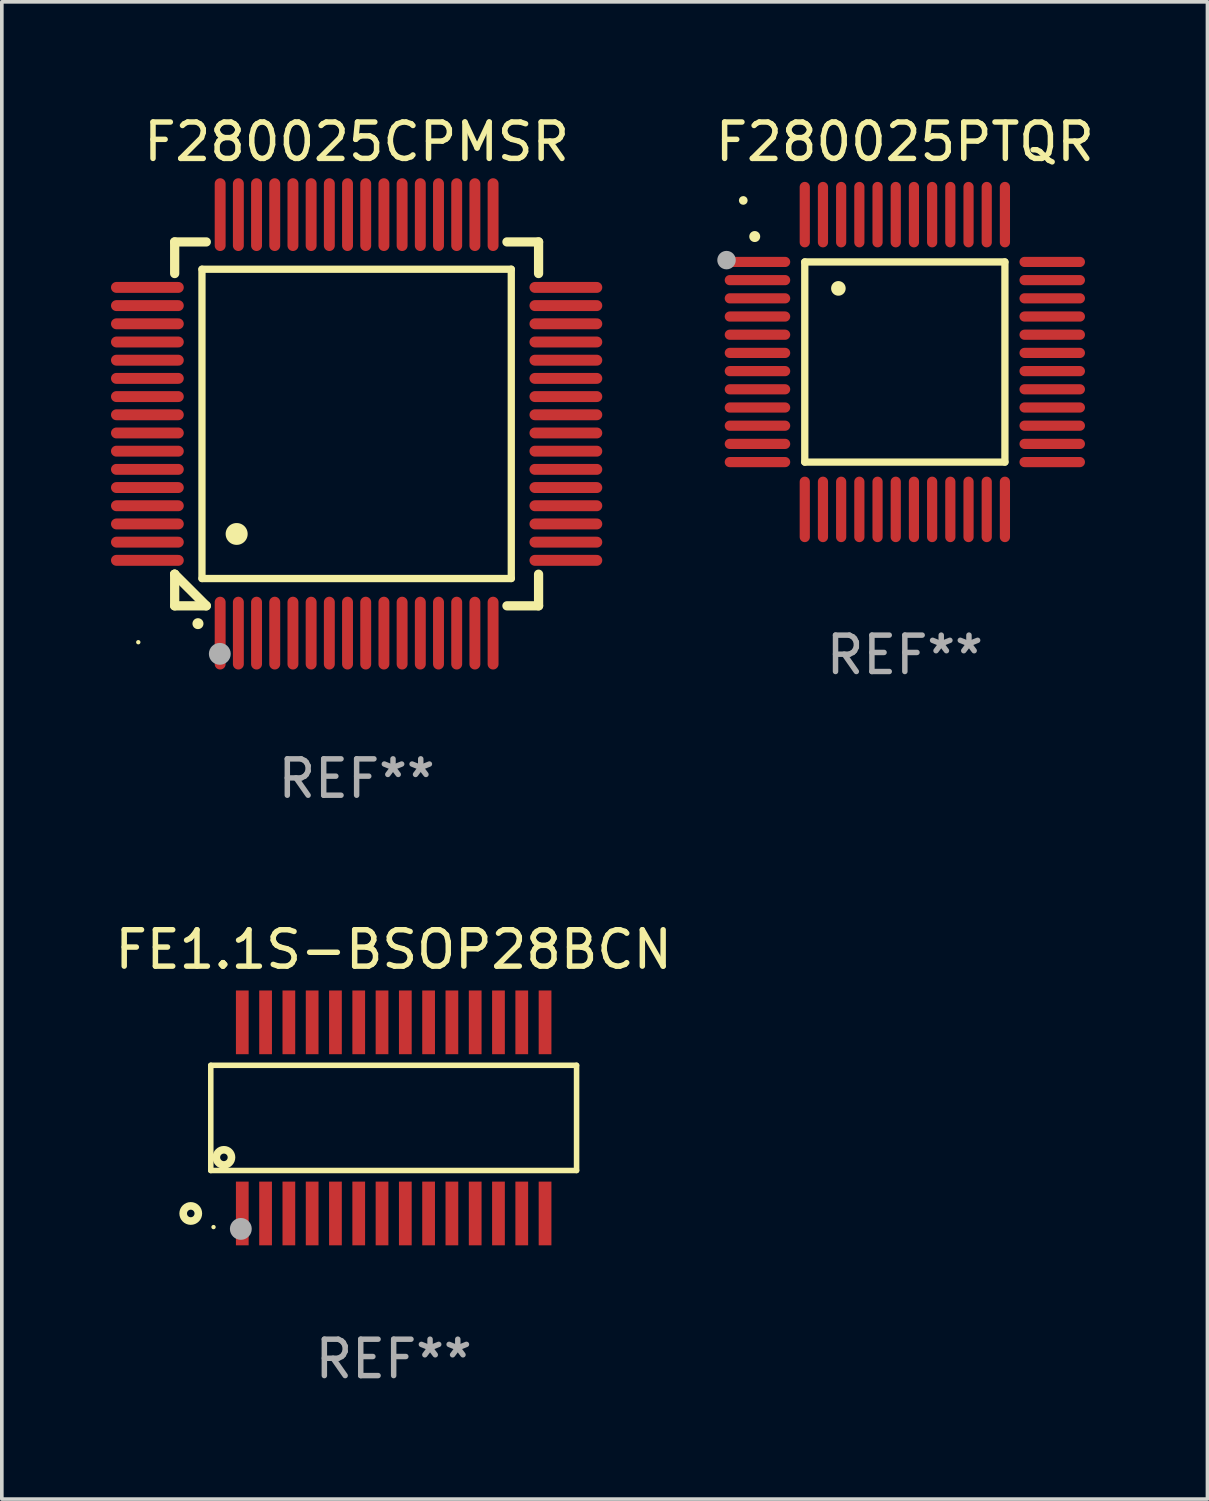
<source format=kicad_pcb>
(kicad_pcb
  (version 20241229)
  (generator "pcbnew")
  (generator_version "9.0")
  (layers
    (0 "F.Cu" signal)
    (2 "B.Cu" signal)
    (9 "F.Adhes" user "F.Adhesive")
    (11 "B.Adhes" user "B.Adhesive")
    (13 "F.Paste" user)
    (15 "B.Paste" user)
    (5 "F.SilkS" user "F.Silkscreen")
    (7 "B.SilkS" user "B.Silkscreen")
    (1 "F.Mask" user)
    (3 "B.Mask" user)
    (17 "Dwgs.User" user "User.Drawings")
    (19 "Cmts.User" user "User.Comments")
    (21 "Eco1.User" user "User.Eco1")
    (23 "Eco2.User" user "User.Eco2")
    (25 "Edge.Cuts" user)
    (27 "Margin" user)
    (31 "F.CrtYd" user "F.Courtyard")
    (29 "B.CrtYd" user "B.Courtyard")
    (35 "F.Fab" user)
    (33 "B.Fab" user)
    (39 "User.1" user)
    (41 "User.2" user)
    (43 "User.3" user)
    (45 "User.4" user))
  (footprint "F280025PTQR"
    (layer "F.Cu")
    (at 21.815 6.898)
    (property "Reference" "F280025PTQR" (at 0 -6.05 0) (layer "F.SilkS") (effects (font (size 1 1) (thickness 0.15))))
    (attr through_hole)
    (fp_line (start -2.75 -2.75) (end 2.75 -2.75) (stroke (width 0.2) (type solid)) (layer "F.SilkS"))
    (fp_line (start -2.75 2.75) (end -2.75 -2.75) (stroke (width 0.2) (type solid)) (layer "F.SilkS"))
    (fp_line (start 2.75 -2.75) (end 2.75 2.75) (stroke (width 0.2) (type solid)) (layer "F.SilkS"))
    (fp_line (start 2.75 2.75) (end -2.75 2.75) (stroke (width 0.2) (type solid)) (layer "F.SilkS"))
    (fp_arc (start -4.124968 -3.446787) (mid -4.124973 -3.448057) (end -4.124968 -3.449327) (stroke (width 0.3) (type solid)) (layer "F.SilkS"))
    (fp_arc (start -1.826264 -2.021844) (mid -1.826268 -2.023114) (end -1.826264 -2.024384) (stroke (width 0.4) (type solid)) (layer "F.SilkS"))
    (fp_circle (center -4.44 -4.44) (end -4.38 -4.44) (stroke (width 0.12) (type solid)) (fill no) (layer "F.SilkS"))
    (fp_circle (center -4.9 -2.8) (end -4.773 -2.8) (stroke (width 0.254) (type solid)) (fill no) (layer "F.Fab"))
    (fp_text user "REF**" (at 0 8.05 0) (layer "F.Fab") (effects (font (size 1 1) (thickness 0.15))))
    (pad "1" smd oval (at -4.05 -2.75 90) (size 0.28 1.8) (layers "F.Cu" "F.Mask" "F.Paste"))
    (pad "2" smd oval (at -4.05 -2.25 90) (size 0.28 1.8) (layers "F.Cu" "F.Mask" "F.Paste"))
    (pad "3" smd oval (at -4.05 -1.75 90) (size 0.28 1.8) (layers "F.Cu" "F.Mask" "F.Paste"))
    (pad "4" smd oval (at -4.05 -1.25 90) (size 0.28 1.8) (layers "F.Cu" "F.Mask" "F.Paste"))
    (pad "5" smd oval (at -4.05 -0.75 90) (size 0.28 1.8) (layers "F.Cu" "F.Mask" "F.Paste"))
    (pad "6" smd oval (at -4.05 -0.25 90) (size 0.28 1.8) (layers "F.Cu" "F.Mask" "F.Paste"))
    (pad "7" smd oval (at -4.05 0.25 90) (size 0.28 1.8) (layers "F.Cu" "F.Mask" "F.Paste"))
    (pad "8" smd oval (at -4.05 0.75 90) (size 0.28 1.8) (layers "F.Cu" "F.Mask" "F.Paste"))
    (pad "9" smd oval (at -4.05 1.25 90) (size 0.28 1.8) (layers "F.Cu" "F.Mask" "F.Paste"))
    (pad "10" smd oval (at -4.05 1.75 90) (size 0.28 1.8) (layers "F.Cu" "F.Mask" "F.Paste"))
    (pad "11" smd oval (at -4.05 2.25 90) (size 0.28 1.8) (layers "F.Cu" "F.Mask" "F.Paste"))
    (pad "12" smd oval (at -4.05 2.75 90) (size 0.28 1.8) (layers "F.Cu" "F.Mask" "F.Paste"))
    (pad "13" smd oval (at -2.75 4.05) (size 0.28 1.8) (layers "F.Cu" "F.Mask" "F.Paste"))
    (pad "14" smd oval (at -2.25 4.05) (size 0.28 1.8) (layers "F.Cu" "F.Mask" "F.Paste"))
    (pad "15" smd oval (at -1.75 4.05) (size 0.28 1.8) (layers "F.Cu" "F.Mask" "F.Paste"))
    (pad "16" smd oval (at -1.25 4.05) (size 0.28 1.8) (layers "F.Cu" "F.Mask" "F.Paste"))
    (pad "17" smd oval (at -0.75 4.05) (size 0.28 1.8) (layers "F.Cu" "F.Mask" "F.Paste"))
    (pad "18" smd oval (at -0.25 4.05) (size 0.28 1.8) (layers "F.Cu" "F.Mask" "F.Paste"))
    (pad "19" smd oval (at 0.25 4.05) (size 0.28 1.8) (layers "F.Cu" "F.Mask" "F.Paste"))
    (pad "20" smd oval (at 0.75 4.05) (size 0.28 1.8) (layers "F.Cu" "F.Mask" "F.Paste"))
    (pad "21" smd oval (at 1.25 4.05) (size 0.28 1.8) (layers "F.Cu" "F.Mask" "F.Paste"))
    (pad "22" smd oval (at 1.75 4.05) (size 0.28 1.8) (layers "F.Cu" "F.Mask" "F.Paste"))
    (pad "23" smd oval (at 2.25 4.05) (size 0.28 1.8) (layers "F.Cu" "F.Mask" "F.Paste"))
    (pad "24" smd oval (at 2.75 4.05) (size 0.28 1.8) (layers "F.Cu" "F.Mask" "F.Paste"))
    (pad "25" smd oval (at 4.05 2.75 90) (size 0.28 1.8) (layers "F.Cu" "F.Mask" "F.Paste"))
    (pad "26" smd oval (at 4.05 2.25 90) (size 0.28 1.8) (layers "F.Cu" "F.Mask" "F.Paste"))
    (pad "27" smd oval (at 4.05 1.75 90) (size 0.28 1.8) (layers "F.Cu" "F.Mask" "F.Paste"))
    (pad "28" smd oval (at 4.05 1.25 90) (size 0.28 1.8) (layers "F.Cu" "F.Mask" "F.Paste"))
    (pad "29" smd oval (at 4.05 0.75 90) (size 0.28 1.8) (layers "F.Cu" "F.Mask" "F.Paste"))
    (pad "30" smd oval (at 4.05 0.25 90) (size 0.28 1.8) (layers "F.Cu" "F.Mask" "F.Paste"))
    (pad "31" smd oval (at 4.05 -0.25 90) (size 0.28 1.8) (layers "F.Cu" "F.Mask" "F.Paste"))
    (pad "32" smd oval (at 4.05 -0.75 90) (size 0.28 1.8) (layers "F.Cu" "F.Mask" "F.Paste"))
    (pad "33" smd oval (at 4.05 -1.25 90) (size 0.28 1.8) (layers "F.Cu" "F.Mask" "F.Paste"))
    (pad "34" smd oval (at 4.05 -1.75 90) (size 0.28 1.8) (layers "F.Cu" "F.Mask" "F.Paste"))
    (pad "35" smd oval (at 4.05 -2.25 90) (size 0.28 1.8) (layers "F.Cu" "F.Mask" "F.Paste"))
    (pad "36" smd oval (at 4.05 -2.75 90) (size 0.28 1.8) (layers "F.Cu" "F.Mask" "F.Paste"))
    (pad "37" smd oval (at 2.75 -4.05) (size 0.28 1.8) (layers "F.Cu" "F.Mask" "F.Paste"))
    (pad "38" smd oval (at 2.25 -4.05) (size 0.28 1.8) (layers "F.Cu" "F.Mask" "F.Paste"))
    (pad "39" smd oval (at 1.75 -4.05) (size 0.28 1.8) (layers "F.Cu" "F.Mask" "F.Paste"))
    (pad "40" smd oval (at 1.25 -4.05) (size 0.28 1.8) (layers "F.Cu" "F.Mask" "F.Paste"))
    (pad "41" smd oval (at 0.75 -4.05) (size 0.28 1.8) (layers "F.Cu" "F.Mask" "F.Paste"))
    (pad "42" smd oval (at 0.25 -4.05) (size 0.28 1.8) (layers "F.Cu" "F.Mask" "F.Paste"))
    (pad "43" smd oval (at -0.25 -4.05) (size 0.28 1.8) (layers "F.Cu" "F.Mask" "F.Paste"))
    (pad "44" smd oval (at -0.75 -4.05) (size 0.28 1.8) (layers "F.Cu" "F.Mask" "F.Paste"))
    (pad "45" smd oval (at -1.25 -4.05) (size 0.28 1.8) (layers "F.Cu" "F.Mask" "F.Paste"))
    (pad "46" smd oval (at -1.75 -4.05) (size 0.28 1.8) (layers "F.Cu" "F.Mask" "F.Paste"))
    (pad "47" smd oval (at -2.25 -4.05) (size 0.28 1.8) (layers "F.Cu" "F.Mask" "F.Paste"))
    (pad "48" smd oval (at -2.75 -4.05) (size 0.28 1.8) (layers "F.Cu" "F.Mask" "F.Paste")))
  (footprint "FE1.1S-BSOP28BCN"
    (layer "F.Cu")
    (at 7.768 27.67)
    (property "Reference" "FE1.1S-BSOP28BCN" (at 0 -4.626 0) (layer "F.SilkS") (effects (font (size 1 1) (thickness 0.15))))
    (attr through_hole)
    (fp_line (start -5.026 -1.445) (end 5.026 -1.445) (stroke (width 0.152) (type solid)) (layer "F.SilkS"))
    (fp_line (start -5.026 1.445) (end -5.026 -1.445) (stroke (width 0.152) (type solid)) (layer "F.SilkS"))
    (fp_line (start 5.026 -1.445) (end 5.026 1.445) (stroke (width 0.152) (type solid)) (layer "F.SilkS"))
    (fp_line (start 5.026 1.445) (end -5.026 1.445) (stroke (width 0.152) (type solid)) (layer "F.SilkS"))
    (fp_circle (center -5.576 2.626) (end -5.472 2.626) (stroke (width 0.209) (type solid)) (fill no) (layer "F.SilkS"))
    (fp_circle (center -4.95 3) (end -4.92 3) (stroke (width 0.06) (type solid)) (fill no) (layer "F.SilkS"))
    (fp_circle (center -4.665 1.084) (end -4.561 1.084) (stroke (width 0.209) (type solid)) (fill no) (layer "F.SilkS"))
    (fp_circle (center -4.2 3.05) (end -4.05 3.05) (stroke (width 0.3) (type solid)) (fill no) (layer "F.Fab"))
    (fp_text user "REF**" (at 0 6.626 0) (layer "F.Fab") (effects (font (size 1 1) (thickness 0.15))))
    (pad "1" smd rect (at -4.16 2.626) (size 0.35 1.751) (layers "F.Cu" "F.Mask" "F.Paste"))
    (pad "2" smd rect (at -3.52 2.626) (size 0.35 1.751) (layers "F.Cu" "F.Mask" "F.Paste"))
    (pad "3" smd rect (at -2.88 2.626) (size 0.35 1.751) (layers "F.Cu" "F.Mask" "F.Paste"))
    (pad "4" smd rect (at -2.24 2.626) (size 0.35 1.751) (layers "F.Cu" "F.Mask" "F.Paste"))
    (pad "5" smd rect (at -1.6 2.626) (size 0.35 1.751) (layers "F.Cu" "F.Mask" "F.Paste"))
    (pad "6" smd rect (at -0.96 2.626) (size 0.35 1.751) (layers "F.Cu" "F.Mask" "F.Paste"))
    (pad "7" smd rect (at -0.32 2.626) (size 0.35 1.751) (layers "F.Cu" "F.Mask" "F.Paste"))
    (pad "8" smd rect (at 0.32 2.626) (size 0.35 1.751) (layers "F.Cu" "F.Mask" "F.Paste"))
    (pad "9" smd rect (at 0.96 2.626) (size 0.35 1.751) (layers "F.Cu" "F.Mask" "F.Paste"))
    (pad "10" smd rect (at 1.6 2.626) (size 0.35 1.751) (layers "F.Cu" "F.Mask" "F.Paste"))
    (pad "11" smd rect (at 2.24 2.626) (size 0.35 1.751) (layers "F.Cu" "F.Mask" "F.Paste"))
    (pad "12" smd rect (at 2.88 2.626) (size 0.35 1.751) (layers "F.Cu" "F.Mask" "F.Paste"))
    (pad "13" smd rect (at 3.52 2.626) (size 0.35 1.751) (layers "F.Cu" "F.Mask" "F.Paste"))
    (pad "14" smd rect (at 4.16 2.626) (size 0.35 1.751) (layers "F.Cu" "F.Mask" "F.Paste"))
    (pad "15" smd rect (at 4.16 -2.626) (size 0.35 1.751) (layers "F.Cu" "F.Mask" "F.Paste"))
    (pad "16" smd rect (at 3.52 -2.626) (size 0.35 1.751) (layers "F.Cu" "F.Mask" "F.Paste"))
    (pad "17" smd rect (at 2.88 -2.626) (size 0.35 1.751) (layers "F.Cu" "F.Mask" "F.Paste"))
    (pad "18" smd rect (at 2.24 -2.626) (size 0.35 1.751) (layers "F.Cu" "F.Mask" "F.Paste"))
    (pad "19" smd rect (at 1.6 -2.626) (size 0.35 1.751) (layers "F.Cu" "F.Mask" "F.Paste"))
    (pad "20" smd rect (at 0.96 -2.626) (size 0.35 1.751) (layers "F.Cu" "F.Mask" "F.Paste"))
    (pad "21" smd rect (at 0.32 -2.626) (size 0.35 1.751) (layers "F.Cu" "F.Mask" "F.Paste"))
    (pad "22" smd rect (at -0.32 -2.626) (size 0.35 1.751) (layers "F.Cu" "F.Mask" "F.Paste"))
    (pad "23" smd rect (at -0.96 -2.626) (size 0.35 1.751) (layers "F.Cu" "F.Mask" "F.Paste"))
    (pad "24" smd rect (at -1.6 -2.626) (size 0.35 1.751) (layers "F.Cu" "F.Mask" "F.Paste"))
    (pad "25" smd rect (at -2.24 -2.626) (size 0.35 1.751) (layers "F.Cu" "F.Mask" "F.Paste"))
    (pad "26" smd rect (at -2.88 -2.626) (size 0.35 1.751) (layers "F.Cu" "F.Mask" "F.Paste"))
    (pad "27" smd rect (at -3.52 -2.626) (size 0.35 1.751) (layers "F.Cu" "F.Mask" "F.Paste"))
    (pad "28" smd rect (at -4.16 -2.626) (size 0.35 1.751) (layers "F.Cu" "F.Mask" "F.Paste")))
  (footprint "F280025CPMSR"
    (layer "F.Cu")
    (at 6.75 8.598)
    (property "Reference" "F280025CPMSR" (at 0 -7.75 0) (layer "F.SilkS") (effects (font (size 1 1) (thickness 0.15))))
    (attr through_hole)
    (fp_line (start -5 -5) (end -4.131 -5) (stroke (width 0.254) (type solid)) (layer "F.SilkS"))
    (fp_line (start -5 -4.131) (end -5 -5) (stroke (width 0.254) (type solid)) (layer "F.SilkS"))
    (fp_line (start -5 4.131) (end -5 4.131) (stroke (width 0.254) (type solid)) (layer "F.SilkS"))
    (fp_line (start -5 5) (end -5 4.131) (stroke (width 0.254) (type solid)) (layer "F.SilkS"))
    (fp_line (start -5 4.131) (end -4.131 5) (stroke (width 0.254) (type solid)) (layer "F.SilkS"))
    (fp_line (start -4.25 -4.25) (end -4.25 4.25) (stroke (width 0.2) (type solid)) (layer "F.SilkS"))
    (fp_line (start -4.25 4.25) (end 4.25 4.25) (stroke (width 0.2) (type solid)) (layer "F.SilkS"))
    (fp_line (start -4.131 5) (end -5 5) (stroke (width 0.254) (type solid)) (layer "F.SilkS"))
    (fp_line (start 4.25 -4.25) (end -4.25 -4.25) (stroke (width 0.2) (type solid)) (layer "F.SilkS"))
    (fp_line (start 4.25 4.25) (end 4.25 -4.25) (stroke (width 0.2) (type solid)) (layer "F.SilkS"))
    (fp_line (start 5 -5) (end 4.131 -5) (stroke (width 0.254) (type solid)) (layer "F.SilkS"))
    (fp_line (start 5 -5) (end 5 -4.131) (stroke (width 0.254) (type solid)) (layer "F.SilkS"))
    (fp_line (start 5 4.131) (end 5 5) (stroke (width 0.254) (type solid)) (layer "F.SilkS"))
    (fp_line (start 5 5) (end 4.131 5) (stroke (width 0.254) (type solid)) (layer "F.SilkS"))
    (fp_arc (start -4.361265 5.489992) (mid -4.359995 5.489987) (end -4.358725 5.489992) (stroke (width 0.3) (type solid)) (layer "F.SilkS"))
    (fp_arc (start -3.299467 3.025146) (mid -3.296927 3.025135) (end -3.294387 3.025146) (stroke (width 0.6) (type solid)) (layer "F.SilkS"))
    (fp_circle (center -6 6) (end -5.97 6) (stroke (width 0.06) (type solid)) (fill no) (layer "F.SilkS"))
    (fp_circle (center -3.76 6.32) (end -3.61 6.32) (stroke (width 0.3) (type solid)) (fill no) (layer "F.Fab"))
    (fp_text user "REF**" (at 0 9.75 0) (layer "F.Fab") (effects (font (size 1 1) (thickness 0.15))))
    (pad "1" smd oval (at -3.75 5.75) (size 0.3 2) (layers "F.Cu" "F.Mask" "F.Paste"))
    (pad "2" smd oval (at -3.25 5.75) (size 0.3 2) (layers "F.Cu" "F.Mask" "F.Paste"))
    (pad "3" smd oval (at -2.75 5.75) (size 0.3 2) (layers "F.Cu" "F.Mask" "F.Paste"))
    (pad "4" smd oval (at -2.25 5.75) (size 0.3 2) (layers "F.Cu" "F.Mask" "F.Paste"))
    (pad "5" smd oval (at -1.75 5.75) (size 0.3 2) (layers "F.Cu" "F.Mask" "F.Paste"))
    (pad "6" smd oval (at -1.25 5.75) (size 0.3 2) (layers "F.Cu" "F.Mask" "F.Paste"))
    (pad "7" smd oval (at -0.75 5.75) (size 0.3 2) (layers "F.Cu" "F.Mask" "F.Paste"))
    (pad "8" smd oval (at -0.25 5.75) (size 0.3 2) (layers "F.Cu" "F.Mask" "F.Paste"))
    (pad "9" smd oval (at 0.25 5.75) (size 0.3 2) (layers "F.Cu" "F.Mask" "F.Paste"))
    (pad "10" smd oval (at 0.75 5.75) (size 0.3 2) (layers "F.Cu" "F.Mask" "F.Paste"))
    (pad "11" smd oval (at 1.25 5.75) (size 0.3 2) (layers "F.Cu" "F.Mask" "F.Paste"))
    (pad "12" smd oval (at 1.75 5.75) (size 0.3 2) (layers "F.Cu" "F.Mask" "F.Paste"))
    (pad "13" smd oval (at 2.25 5.75) (size 0.3 2) (layers "F.Cu" "F.Mask" "F.Paste"))
    (pad "14" smd oval (at 2.75 5.75) (size 0.3 2) (layers "F.Cu" "F.Mask" "F.Paste"))
    (pad "15" smd oval (at 3.25 5.75) (size 0.3 2) (layers "F.Cu" "F.Mask" "F.Paste"))
    (pad "16" smd oval (at 3.75 5.75) (size 0.3 2) (layers "F.Cu" "F.Mask" "F.Paste"))
    (pad "17" smd oval (at 5.75 3.75) (size 2 0.3) (layers "F.Cu" "F.Mask" "F.Paste"))
    (pad "18" smd oval (at 5.75 3.25) (size 2 0.3) (layers "F.Cu" "F.Mask" "F.Paste"))
    (pad "19" smd oval (at 5.75 2.75) (size 2 0.3) (layers "F.Cu" "F.Mask" "F.Paste"))
    (pad "20" smd oval (at 5.75 2.25) (size 2 0.3) (layers "F.Cu" "F.Mask" "F.Paste"))
    (pad "21" smd oval (at 5.75 1.75) (size 2 0.3) (layers "F.Cu" "F.Mask" "F.Paste"))
    (pad "22" smd oval (at 5.75 1.25) (size 2 0.3) (layers "F.Cu" "F.Mask" "F.Paste"))
    (pad "23" smd oval (at 5.75 0.75) (size 2 0.3) (layers "F.Cu" "F.Mask" "F.Paste"))
    (pad "24" smd oval (at 5.75 0.25) (size 2 0.3) (layers "F.Cu" "F.Mask" "F.Paste"))
    (pad "25" smd oval (at 5.75 -0.25) (size 2 0.3) (layers "F.Cu" "F.Mask" "F.Paste"))
    (pad "26" smd oval (at 5.75 -0.75) (size 2 0.3) (layers "F.Cu" "F.Mask" "F.Paste"))
    (pad "27" smd oval (at 5.75 -1.25) (size 2 0.3) (layers "F.Cu" "F.Mask" "F.Paste"))
    (pad "28" smd oval (at 5.75 -1.75) (size 2 0.3) (layers "F.Cu" "F.Mask" "F.Paste"))
    (pad "29" smd oval (at 5.75 -2.25) (size 2 0.3) (layers "F.Cu" "F.Mask" "F.Paste"))
    (pad "30" smd oval (at 5.75 -2.75) (size 2 0.3) (layers "F.Cu" "F.Mask" "F.Paste"))
    (pad "31" smd oval (at 5.75 -3.25) (size 2 0.3) (layers "F.Cu" "F.Mask" "F.Paste"))
    (pad "32" smd oval (at 5.75 -3.75) (size 2 0.3) (layers "F.Cu" "F.Mask" "F.Paste"))
    (pad "33" smd oval (at 3.75 -5.75) (size 0.3 2) (layers "F.Cu" "F.Mask" "F.Paste"))
    (pad "34" smd oval (at 3.25 -5.75) (size 0.3 2) (layers "F.Cu" "F.Mask" "F.Paste"))
    (pad "35" smd oval (at 2.75 -5.75) (size 0.3 2) (layers "F.Cu" "F.Mask" "F.Paste"))
    (pad "36" smd oval (at 2.25 -5.75) (size 0.3 2) (layers "F.Cu" "F.Mask" "F.Paste"))
    (pad "37" smd oval (at 1.75 -5.75) (size 0.3 2) (layers "F.Cu" "F.Mask" "F.Paste"))
    (pad "38" smd oval (at 1.25 -5.75) (size 0.3 2) (layers "F.Cu" "F.Mask" "F.Paste"))
    (pad "39" smd oval (at 0.75 -5.75) (size 0.3 2) (layers "F.Cu" "F.Mask" "F.Paste"))
    (pad "40" smd oval (at 0.25 -5.75) (size 0.3 2) (layers "F.Cu" "F.Mask" "F.Paste"))
    (pad "41" smd oval (at -0.25 -5.75) (size 0.3 2) (layers "F.Cu" "F.Mask" "F.Paste"))
    (pad "42" smd oval (at -0.75 -5.75) (size 0.3 2) (layers "F.Cu" "F.Mask" "F.Paste"))
    (pad "43" smd oval (at -1.25 -5.75) (size 0.3 2) (layers "F.Cu" "F.Mask" "F.Paste"))
    (pad "44" smd oval (at -1.75 -5.75) (size 0.3 2) (layers "F.Cu" "F.Mask" "F.Paste"))
    (pad "45" smd oval (at -2.25 -5.75) (size 0.3 2) (layers "F.Cu" "F.Mask" "F.Paste"))
    (pad "46" smd oval (at -2.75 -5.75) (size 0.3 2) (layers "F.Cu" "F.Mask" "F.Paste"))
    (pad "47" smd oval (at -3.25 -5.75) (size 0.3 2) (layers "F.Cu" "F.Mask" "F.Paste"))
    (pad "48" smd oval (at -3.75 -5.75) (size 0.3 2) (layers "F.Cu" "F.Mask" "F.Paste"))
    (pad "49" smd oval (at -5.75 -3.75) (size 2 0.3) (layers "F.Cu" "F.Mask" "F.Paste"))
    (pad "50" smd oval (at -5.75 -3.25) (size 2 0.3) (layers "F.Cu" "F.Mask" "F.Paste"))
    (pad "51" smd oval (at -5.75 -2.75) (size 2 0.3) (layers "F.Cu" "F.Mask" "F.Paste"))
    (pad "52" smd oval (at -5.75 -2.25) (size 2 0.3) (layers "F.Cu" "F.Mask" "F.Paste"))
    (pad "53" smd oval (at -5.75 -1.75) (size 2 0.3) (layers "F.Cu" "F.Mask" "F.Paste"))
    (pad "54" smd oval (at -5.75 -1.25) (size 2 0.3) (layers "F.Cu" "F.Mask" "F.Paste"))
    (pad "55" smd oval (at -5.75 -0.75) (size 2 0.3) (layers "F.Cu" "F.Mask" "F.Paste"))
    (pad "56" smd oval (at -5.75 -0.25) (size 2 0.3) (layers "F.Cu" "F.Mask" "F.Paste"))
    (pad "57" smd oval (at -5.75 0.25) (size 2 0.3) (layers "F.Cu" "F.Mask" "F.Paste"))
    (pad "58" smd oval (at -5.75 0.75) (size 2 0.3) (layers "F.Cu" "F.Mask" "F.Paste"))
    (pad "59" smd oval (at -5.75 1.25) (size 2 0.3) (layers "F.Cu" "F.Mask" "F.Paste"))
    (pad "60" smd oval (at -5.75 1.75) (size 2 0.3) (layers "F.Cu" "F.Mask" "F.Paste"))
    (pad "61" smd oval (at -5.75 2.25) (size 2 0.3) (layers "F.Cu" "F.Mask" "F.Paste"))
    (pad "62" smd oval (at -5.75 2.75) (size 2 0.3) (layers "F.Cu" "F.Mask" "F.Paste"))
    (pad "63" smd oval (at -5.75 3.25) (size 2 0.3) (layers "F.Cu" "F.Mask" "F.Paste"))
    (pad "64" smd oval (at -5.75 3.75) (size 2 0.3) (layers "F.Cu" "F.Mask" "F.Paste")))
  (gr_rect
    (start -3 -3)
    (end 30.131 38.144)
    (stroke (width 0.1) (type default))
    (fill no)
    (layer "Edge.Cuts")))
</source>
